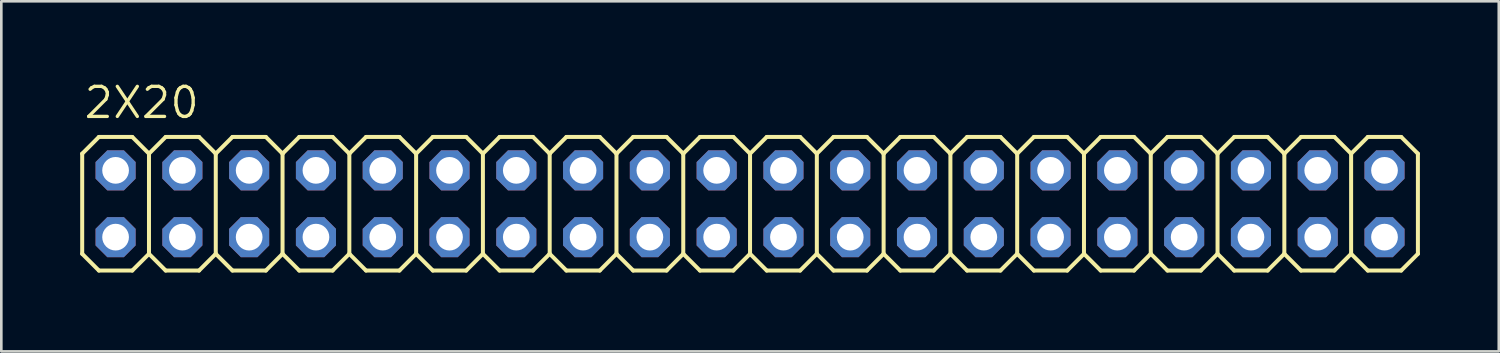
<source format=kicad_pcb>
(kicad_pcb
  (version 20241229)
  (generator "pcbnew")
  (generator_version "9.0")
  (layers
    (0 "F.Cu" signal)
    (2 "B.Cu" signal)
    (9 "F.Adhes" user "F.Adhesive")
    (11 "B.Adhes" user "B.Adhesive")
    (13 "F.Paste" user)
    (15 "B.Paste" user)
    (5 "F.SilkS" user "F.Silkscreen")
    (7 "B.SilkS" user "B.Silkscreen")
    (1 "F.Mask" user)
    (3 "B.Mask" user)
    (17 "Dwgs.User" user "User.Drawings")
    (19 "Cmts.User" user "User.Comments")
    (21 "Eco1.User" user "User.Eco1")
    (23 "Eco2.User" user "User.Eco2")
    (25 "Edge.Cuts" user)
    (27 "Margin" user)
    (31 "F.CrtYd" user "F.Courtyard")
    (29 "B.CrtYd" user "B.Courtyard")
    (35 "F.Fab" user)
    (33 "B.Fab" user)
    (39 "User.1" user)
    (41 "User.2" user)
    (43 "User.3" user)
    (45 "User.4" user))
  (footprint "2X20"
    (layer "F.Cu")
    (at 25.476 4.699)
    (property "Reference" "2X20" (at -25.4 -3.175 0) (layer "F.SilkS") (effects (font (size 1.143 1.143) (thickness 0.127)) (justify left bottom)))
    (fp_line (start -25.4 -1.905) (end -24.765 -2.54) (stroke (width 0.152) (type solid)) (layer "F.SilkS"))
    (fp_line (start -25.4 1.905) (end -25.4 -1.905) (stroke (width 0.152) (type solid)) (layer "F.SilkS"))
    (fp_line (start -25.4 1.905) (end -24.765 2.54) (stroke (width 0.152) (type solid)) (layer "F.SilkS"))
    (fp_line (start -24.765 -2.54) (end -23.495 -2.54) (stroke (width 0.152) (type solid)) (layer "F.SilkS"))
    (fp_line (start -24.765 2.54) (end -23.495 2.54) (stroke (width 0.152) (type solid)) (layer "F.SilkS"))
    (fp_line (start -23.495 -2.54) (end -22.86 -1.905) (stroke (width 0.152) (type solid)) (layer "F.SilkS"))
    (fp_line (start -23.495 2.54) (end -22.86 1.905) (stroke (width 0.152) (type solid)) (layer "F.SilkS"))
    (fp_line (start -22.86 -1.905) (end -22.86 1.905) (stroke (width 0.152) (type solid)) (layer "F.SilkS"))
    (fp_line (start -22.86 -1.905) (end -22.225 -2.54) (stroke (width 0.152) (type solid)) (layer "F.SilkS"))
    (fp_line (start -22.86 1.905) (end -22.225 2.54) (stroke (width 0.152) (type solid)) (layer "F.SilkS"))
    (fp_line (start -22.225 -2.54) (end -20.955 -2.54) (stroke (width 0.152) (type solid)) (layer "F.SilkS"))
    (fp_line (start -22.225 2.54) (end -20.955 2.54) (stroke (width 0.152) (type solid)) (layer "F.SilkS"))
    (fp_line (start -20.955 -2.54) (end -20.32 -1.905) (stroke (width 0.152) (type solid)) (layer "F.SilkS"))
    (fp_line (start -20.955 2.54) (end -20.32 1.905) (stroke (width 0.152) (type solid)) (layer "F.SilkS"))
    (fp_line (start -20.32 -1.905) (end -20.32 1.905) (stroke (width 0.152) (type solid)) (layer "F.SilkS"))
    (fp_line (start -20.32 -1.905) (end -19.685 -2.54) (stroke (width 0.152) (type solid)) (layer "F.SilkS"))
    (fp_line (start -20.32 1.905) (end -19.685 2.54) (stroke (width 0.152) (type solid)) (layer "F.SilkS"))
    (fp_line (start -19.685 -2.54) (end -18.415 -2.54) (stroke (width 0.152) (type solid)) (layer "F.SilkS"))
    (fp_line (start -19.685 2.54) (end -18.415 2.54) (stroke (width 0.152) (type solid)) (layer "F.SilkS"))
    (fp_line (start -18.415 -2.54) (end -17.78 -1.905) (stroke (width 0.152) (type solid)) (layer "F.SilkS"))
    (fp_line (start -18.415 2.54) (end -17.78 1.905) (stroke (width 0.152) (type solid)) (layer "F.SilkS"))
    (fp_line (start -17.78 -1.905) (end -17.78 1.905) (stroke (width 0.152) (type solid)) (layer "F.SilkS"))
    (fp_line (start -17.78 -1.905) (end -17.145 -2.54) (stroke (width 0.152) (type solid)) (layer "F.SilkS"))
    (fp_line (start -17.78 1.905) (end -17.145 2.54) (stroke (width 0.152) (type solid)) (layer "F.SilkS"))
    (fp_line (start -17.145 -2.54) (end -15.875 -2.54) (stroke (width 0.152) (type solid)) (layer "F.SilkS"))
    (fp_line (start -17.145 2.54) (end -15.875 2.54) (stroke (width 0.152) (type solid)) (layer "F.SilkS"))
    (fp_line (start -15.875 -2.54) (end -15.24 -1.905) (stroke (width 0.152) (type solid)) (layer "F.SilkS"))
    (fp_line (start -15.875 2.54) (end -15.24 1.905) (stroke (width 0.152) (type solid)) (layer "F.SilkS"))
    (fp_line (start -15.24 -1.905) (end -15.24 1.905) (stroke (width 0.152) (type solid)) (layer "F.SilkS"))
    (fp_line (start -15.24 -1.905) (end -14.605 -2.54) (stroke (width 0.152) (type solid)) (layer "F.SilkS"))
    (fp_line (start -15.24 1.905) (end -14.605 2.54) (stroke (width 0.152) (type solid)) (layer "F.SilkS"))
    (fp_line (start -14.605 -2.54) (end -13.335 -2.54) (stroke (width 0.152) (type solid)) (layer "F.SilkS"))
    (fp_line (start -14.605 2.54) (end -13.335 2.54) (stroke (width 0.152) (type solid)) (layer "F.SilkS"))
    (fp_line (start -13.335 -2.54) (end -12.7 -1.905) (stroke (width 0.152) (type solid)) (layer "F.SilkS"))
    (fp_line (start -13.335 2.54) (end -12.7 1.905) (stroke (width 0.152) (type solid)) (layer "F.SilkS"))
    (fp_line (start -12.7 -1.905) (end -12.7 1.905) (stroke (width 0.152) (type solid)) (layer "F.SilkS"))
    (fp_line (start -12.7 -1.905) (end -12.065 -2.54) (stroke (width 0.152) (type solid)) (layer "F.SilkS"))
    (fp_line (start -12.7 1.905) (end -12.065 2.54) (stroke (width 0.152) (type solid)) (layer "F.SilkS"))
    (fp_line (start -12.065 -2.54) (end -10.795 -2.54) (stroke (width 0.152) (type solid)) (layer "F.SilkS"))
    (fp_line (start -12.065 2.54) (end -10.795 2.54) (stroke (width 0.152) (type solid)) (layer "F.SilkS"))
    (fp_line (start -10.795 -2.54) (end -10.16 -1.905) (stroke (width 0.152) (type solid)) (layer "F.SilkS"))
    (fp_line (start -10.795 2.54) (end -10.16 1.905) (stroke (width 0.152) (type solid)) (layer "F.SilkS"))
    (fp_line (start -10.16 -1.905) (end -10.16 1.905) (stroke (width 0.152) (type solid)) (layer "F.SilkS"))
    (fp_line (start -10.16 -1.905) (end -9.525 -2.54) (stroke (width 0.152) (type solid)) (layer "F.SilkS"))
    (fp_line (start -10.16 1.905) (end -9.525 2.54) (stroke (width 0.152) (type solid)) (layer "F.SilkS"))
    (fp_line (start -9.525 -2.54) (end -8.255 -2.54) (stroke (width 0.152) (type solid)) (layer "F.SilkS"))
    (fp_line (start -8.255 -2.54) (end -7.62 -1.905) (stroke (width 0.152) (type solid)) (layer "F.SilkS"))
    (fp_line (start -8.255 2.54) (end -9.525 2.54) (stroke (width 0.152) (type solid)) (layer "F.SilkS"))
    (fp_line (start -7.62 -1.905) (end -7.62 1.905) (stroke (width 0.152) (type solid)) (layer "F.SilkS"))
    (fp_line (start -7.62 -1.905) (end -6.985 -2.54) (stroke (width 0.152) (type solid)) (layer "F.SilkS"))
    (fp_line (start -7.62 1.905) (end -8.255 2.54) (stroke (width 0.152) (type solid)) (layer "F.SilkS"))
    (fp_line (start -7.62 1.905) (end -6.985 2.54) (stroke (width 0.152) (type solid)) (layer "F.SilkS"))
    (fp_line (start -6.985 -2.54) (end -5.715 -2.54) (stroke (width 0.152) (type solid)) (layer "F.SilkS"))
    (fp_line (start -5.715 -2.54) (end -5.08 -1.905) (stroke (width 0.152) (type solid)) (layer "F.SilkS"))
    (fp_line (start -5.715 2.54) (end -6.985 2.54) (stroke (width 0.152) (type solid)) (layer "F.SilkS"))
    (fp_line (start -5.08 -1.905) (end -5.08 1.905) (stroke (width 0.152) (type solid)) (layer "F.SilkS"))
    (fp_line (start -5.08 -1.905) (end -4.445 -2.54) (stroke (width 0.152) (type solid)) (layer "F.SilkS"))
    (fp_line (start -5.08 1.905) (end -5.715 2.54) (stroke (width 0.152) (type solid)) (layer "F.SilkS"))
    (fp_line (start -5.08 1.905) (end -4.445 2.54) (stroke (width 0.152) (type solid)) (layer "F.SilkS"))
    (fp_line (start -4.445 -2.54) (end -3.175 -2.54) (stroke (width 0.152) (type solid)) (layer "F.SilkS"))
    (fp_line (start -3.175 -2.54) (end -2.54 -1.905) (stroke (width 0.152) (type solid)) (layer "F.SilkS"))
    (fp_line (start -3.175 2.54) (end -4.445 2.54) (stroke (width 0.152) (type solid)) (layer "F.SilkS"))
    (fp_line (start -2.54 -1.905) (end -2.54 1.905) (stroke (width 0.152) (type solid)) (layer "F.SilkS"))
    (fp_line (start -2.54 -1.905) (end -1.905 -2.54) (stroke (width 0.152) (type solid)) (layer "F.SilkS"))
    (fp_line (start -2.54 1.905) (end -3.175 2.54) (stroke (width 0.152) (type solid)) (layer "F.SilkS"))
    (fp_line (start -2.54 1.905) (end -1.905 2.54) (stroke (width 0.152) (type solid)) (layer "F.SilkS"))
    (fp_line (start -1.905 -2.54) (end -0.635 -2.54) (stroke (width 0.152) (type solid)) (layer "F.SilkS"))
    (fp_line (start -0.635 -2.54) (end 0 -1.905) (stroke (width 0.152) (type solid)) (layer "F.SilkS"))
    (fp_line (start -0.635 2.54) (end -1.905 2.54) (stroke (width 0.152) (type solid)) (layer "F.SilkS"))
    (fp_line (start 0 -1.905) (end 0 1.905) (stroke (width 0.152) (type solid)) (layer "F.SilkS"))
    (fp_line (start 0 -1.905) (end 0.635 -2.54) (stroke (width 0.152) (type solid)) (layer "F.SilkS"))
    (fp_line (start 0 1.905) (end -0.635 2.54) (stroke (width 0.152) (type solid)) (layer "F.SilkS"))
    (fp_line (start 0 1.905) (end 0.635 2.54) (stroke (width 0.152) (type solid)) (layer "F.SilkS"))
    (fp_line (start 0.635 -2.54) (end 1.905 -2.54) (stroke (width 0.152) (type solid)) (layer "F.SilkS"))
    (fp_line (start 1.905 -2.54) (end 2.54 -1.905) (stroke (width 0.152) (type solid)) (layer "F.SilkS"))
    (fp_line (start 1.905 2.54) (end 0.635 2.54) (stroke (width 0.152) (type solid)) (layer "F.SilkS"))
    (fp_line (start 2.54 -1.905) (end 2.54 1.905) (stroke (width 0.152) (type solid)) (layer "F.SilkS"))
    (fp_line (start 2.54 -1.905) (end 3.175 -2.54) (stroke (width 0.152) (type solid)) (layer "F.SilkS"))
    (fp_line (start 2.54 1.905) (end 1.905 2.54) (stroke (width 0.152) (type solid)) (layer "F.SilkS"))
    (fp_line (start 2.54 1.905) (end 3.175 2.54) (stroke (width 0.152) (type solid)) (layer "F.SilkS"))
    (fp_line (start 3.175 -2.54) (end 4.445 -2.54) (stroke (width 0.152) (type solid)) (layer "F.SilkS"))
    (fp_line (start 4.445 2.54) (end 3.175 2.54) (stroke (width 0.152) (type solid)) (layer "F.SilkS"))
    (fp_line (start 5.08 -1.905) (end 4.445 -2.54) (stroke (width 0.152) (type solid)) (layer "F.SilkS"))
    (fp_line (start 5.08 -1.905) (end 5.08 1.905) (stroke (width 0.152) (type solid)) (layer "F.SilkS"))
    (fp_line (start 5.08 -1.905) (end 5.715 -2.54) (stroke (width 0.152) (type solid)) (layer "F.SilkS"))
    (fp_line (start 5.08 1.905) (end 4.445 2.54) (stroke (width 0.152) (type solid)) (layer "F.SilkS"))
    (fp_line (start 5.08 1.905) (end 5.715 2.54) (stroke (width 0.152) (type solid)) (layer "F.SilkS"))
    (fp_line (start 6.985 -2.54) (end 5.715 -2.54) (stroke (width 0.152) (type solid)) (layer "F.SilkS"))
    (fp_line (start 6.985 -2.54) (end 7.62 -1.905) (stroke (width 0.152) (type solid)) (layer "F.SilkS"))
    (fp_line (start 6.985 2.54) (end 5.715 2.54) (stroke (width 0.152) (type solid)) (layer "F.SilkS"))
    (fp_line (start 7.62 -1.905) (end 7.62 1.905) (stroke (width 0.152) (type solid)) (layer "F.SilkS"))
    (fp_line (start 7.62 -1.905) (end 8.255 -2.54) (stroke (width 0.152) (type solid)) (layer "F.SilkS"))
    (fp_line (start 7.62 1.905) (end 6.985 2.54) (stroke (width 0.152) (type solid)) (layer "F.SilkS"))
    (fp_line (start 7.62 1.905) (end 8.255 2.54) (stroke (width 0.152) (type solid)) (layer "F.SilkS"))
    (fp_line (start 9.525 -2.54) (end 8.255 -2.54) (stroke (width 0.152) (type solid)) (layer "F.SilkS"))
    (fp_line (start 9.525 -2.54) (end 10.16 -1.905) (stroke (width 0.152) (type solid)) (layer "F.SilkS"))
    (fp_line (start 9.525 2.54) (end 8.255 2.54) (stroke (width 0.152) (type solid)) (layer "F.SilkS"))
    (fp_line (start 10.16 -1.905) (end 10.16 1.905) (stroke (width 0.152) (type solid)) (layer "F.SilkS"))
    (fp_line (start 10.16 -1.905) (end 10.795 -2.54) (stroke (width 0.152) (type solid)) (layer "F.SilkS"))
    (fp_line (start 10.16 1.905) (end 9.525 2.54) (stroke (width 0.152) (type solid)) (layer "F.SilkS"))
    (fp_line (start 10.795 2.54) (end 10.16 1.905) (stroke (width 0.152) (type solid)) (layer "F.SilkS"))
    (fp_line (start 10.795 2.54) (end 12.065 2.54) (stroke (width 0.152) (type solid)) (layer "F.SilkS"))
    (fp_line (start 12.065 -2.54) (end 10.795 -2.54) (stroke (width 0.152) (type solid)) (layer "F.SilkS"))
    (fp_line (start 12.065 -2.54) (end 12.7 -1.905) (stroke (width 0.152) (type solid)) (layer "F.SilkS"))
    (fp_line (start 12.7 -1.905) (end 12.7 1.905) (stroke (width 0.152) (type solid)) (layer "F.SilkS"))
    (fp_line (start 12.7 -1.905) (end 13.335 -2.54) (stroke (width 0.152) (type solid)) (layer "F.SilkS"))
    (fp_line (start 12.7 1.905) (end 12.065 2.54) (stroke (width 0.152) (type solid)) (layer "F.SilkS"))
    (fp_line (start 13.335 2.54) (end 12.7 1.905) (stroke (width 0.152) (type solid)) (layer "F.SilkS"))
    (fp_line (start 13.335 2.54) (end 14.605 2.54) (stroke (width 0.152) (type solid)) (layer "F.SilkS"))
    (fp_line (start 14.605 -2.54) (end 13.335 -2.54) (stroke (width 0.152) (type solid)) (layer "F.SilkS"))
    (fp_line (start 14.605 -2.54) (end 15.24 -1.905) (stroke (width 0.152) (type solid)) (layer "F.SilkS"))
    (fp_line (start 15.24 -1.905) (end 15.24 1.905) (stroke (width 0.152) (type solid)) (layer "F.SilkS"))
    (fp_line (start 15.24 -1.905) (end 15.875 -2.54) (stroke (width 0.152) (type solid)) (layer "F.SilkS"))
    (fp_line (start 15.24 1.905) (end 14.605 2.54) (stroke (width 0.152) (type solid)) (layer "F.SilkS"))
    (fp_line (start 15.24 1.905) (end 15.875 2.54) (stroke (width 0.152) (type solid)) (layer "F.SilkS"))
    (fp_line (start 17.145 -2.54) (end 15.875 -2.54) (stroke (width 0.152) (type solid)) (layer "F.SilkS"))
    (fp_line (start 17.145 -2.54) (end 17.78 -1.905) (stroke (width 0.152) (type solid)) (layer "F.SilkS"))
    (fp_line (start 17.145 2.54) (end 15.875 2.54) (stroke (width 0.152) (type solid)) (layer "F.SilkS"))
    (fp_line (start 17.78 -1.905) (end 17.78 1.905) (stroke (width 0.152) (type solid)) (layer "F.SilkS"))
    (fp_line (start 17.78 -1.905) (end 18.415 -2.54) (stroke (width 0.152) (type solid)) (layer "F.SilkS"))
    (fp_line (start 17.78 1.905) (end 17.145 2.54) (stroke (width 0.152) (type solid)) (layer "F.SilkS"))
    (fp_line (start 17.78 1.905) (end 18.415 2.54) (stroke (width 0.152) (type solid)) (layer "F.SilkS"))
    (fp_line (start 19.685 -2.54) (end 18.415 -2.54) (stroke (width 0.152) (type solid)) (layer "F.SilkS"))
    (fp_line (start 19.685 -2.54) (end 20.32 -1.905) (stroke (width 0.152) (type solid)) (layer "F.SilkS"))
    (fp_line (start 19.685 2.54) (end 18.415 2.54) (stroke (width 0.152) (type solid)) (layer "F.SilkS"))
    (fp_line (start 20.32 -1.905) (end 20.32 1.905) (stroke (width 0.152) (type solid)) (layer "F.SilkS"))
    (fp_line (start 20.32 -1.905) (end 20.955 -2.54) (stroke (width 0.152) (type solid)) (layer "F.SilkS"))
    (fp_line (start 20.32 1.905) (end 19.685 2.54) (stroke (width 0.152) (type solid)) (layer "F.SilkS"))
    (fp_line (start 20.32 1.905) (end 20.955 2.54) (stroke (width 0.152) (type solid)) (layer "F.SilkS"))
    (fp_line (start 22.225 -2.54) (end 20.955 -2.54) (stroke (width 0.152) (type solid)) (layer "F.SilkS"))
    (fp_line (start 22.225 -2.54) (end 22.86 -1.905) (stroke (width 0.152) (type solid)) (layer "F.SilkS"))
    (fp_line (start 22.225 2.54) (end 20.955 2.54) (stroke (width 0.152) (type solid)) (layer "F.SilkS"))
    (fp_line (start 22.86 -1.905) (end 22.86 1.905) (stroke (width 0.152) (type solid)) (layer "F.SilkS"))
    (fp_line (start 22.86 -1.905) (end 23.495 -2.54) (stroke (width 0.152) (type solid)) (layer "F.SilkS"))
    (fp_line (start 22.86 1.905) (end 22.225 2.54) (stroke (width 0.152) (type solid)) (layer "F.SilkS"))
    (fp_line (start 22.86 1.905) (end 23.495 2.54) (stroke (width 0.152) (type solid)) (layer "F.SilkS"))
    (fp_line (start 24.765 -2.54) (end 23.495 -2.54) (stroke (width 0.152) (type solid)) (layer "F.SilkS"))
    (fp_line (start 24.765 -2.54) (end 25.4 -1.905) (stroke (width 0.152) (type solid)) (layer "F.SilkS"))
    (fp_line (start 24.765 2.54) (end 23.495 2.54) (stroke (width 0.152) (type solid)) (layer "F.SilkS"))
    (fp_line (start 25.4 -1.905) (end 25.4 1.905) (stroke (width 0.152) (type solid)) (layer "F.SilkS"))
    (fp_line (start 25.4 1.905) (end 24.765 2.54) (stroke (width 0.152) (type solid)) (layer "F.SilkS"))
    (fp_poly (pts (xy -24.384 -1.016) (xy -23.876 -1.016) (xy -23.876 -1.524) (xy -24.384 -1.524)) (stroke (width 0.1) (type solid)) (fill no) (layer "F.Fab"))
    (fp_poly (pts (xy -24.384 1.524) (xy -23.876 1.524) (xy -23.876 1.016) (xy -24.384 1.016)) (stroke (width 0.1) (type solid)) (fill no) (layer "F.Fab"))
    (fp_poly (pts (xy -21.844 -1.016) (xy -21.336 -1.016) (xy -21.336 -1.524) (xy -21.844 -1.524)) (stroke (width 0.1) (type solid)) (fill no) (layer "F.Fab"))
    (fp_poly (pts (xy -21.844 1.524) (xy -21.336 1.524) (xy -21.336 1.016) (xy -21.844 1.016)) (stroke (width 0.1) (type solid)) (fill no) (layer "F.Fab"))
    (fp_poly (pts (xy -19.304 -1.016) (xy -18.796 -1.016) (xy -18.796 -1.524) (xy -19.304 -1.524)) (stroke (width 0.1) (type solid)) (fill no) (layer "F.Fab"))
    (fp_poly (pts (xy -19.304 1.524) (xy -18.796 1.524) (xy -18.796 1.016) (xy -19.304 1.016)) (stroke (width 0.1) (type solid)) (fill no) (layer "F.Fab"))
    (fp_poly (pts (xy -16.764 -1.016) (xy -16.256 -1.016) (xy -16.256 -1.524) (xy -16.764 -1.524)) (stroke (width 0.1) (type solid)) (fill no) (layer "F.Fab"))
    (fp_poly (pts (xy -16.764 1.524) (xy -16.256 1.524) (xy -16.256 1.016) (xy -16.764 1.016)) (stroke (width 0.1) (type solid)) (fill no) (layer "F.Fab"))
    (fp_poly (pts (xy -14.224 -1.016) (xy -13.716 -1.016) (xy -13.716 -1.524) (xy -14.224 -1.524)) (stroke (width 0.1) (type solid)) (fill no) (layer "F.Fab"))
    (fp_poly (pts (xy -14.224 1.524) (xy -13.716 1.524) (xy -13.716 1.016) (xy -14.224 1.016)) (stroke (width 0.1) (type solid)) (fill no) (layer "F.Fab"))
    (fp_poly (pts (xy -11.684 -1.016) (xy -11.176 -1.016) (xy -11.176 -1.524) (xy -11.684 -1.524)) (stroke (width 0.1) (type solid)) (fill no) (layer "F.Fab"))
    (fp_poly (pts (xy -11.684 1.524) (xy -11.176 1.524) (xy -11.176 1.016) (xy -11.684 1.016)) (stroke (width 0.1) (type solid)) (fill no) (layer "F.Fab"))
    (fp_poly (pts (xy -9.144 -1.016) (xy -8.636 -1.016) (xy -8.636 -1.524) (xy -9.144 -1.524)) (stroke (width 0.1) (type solid)) (fill no) (layer "F.Fab"))
    (fp_poly (pts (xy -9.144 1.524) (xy -8.636 1.524) (xy -8.636 1.016) (xy -9.144 1.016)) (stroke (width 0.1) (type solid)) (fill no) (layer "F.Fab"))
    (fp_poly (pts (xy -6.604 -1.016) (xy -6.096 -1.016) (xy -6.096 -1.524) (xy -6.604 -1.524)) (stroke (width 0.1) (type solid)) (fill no) (layer "F.Fab"))
    (fp_poly (pts (xy -6.604 1.524) (xy -6.096 1.524) (xy -6.096 1.016) (xy -6.604 1.016)) (stroke (width 0.1) (type solid)) (fill no) (layer "F.Fab"))
    (fp_poly (pts (xy -4.064 -1.016) (xy -3.556 -1.016) (xy -3.556 -1.524) (xy -4.064 -1.524)) (stroke (width 0.1) (type solid)) (fill no) (layer "F.Fab"))
    (fp_poly (pts (xy -4.064 1.524) (xy -3.556 1.524) (xy -3.556 1.016) (xy -4.064 1.016)) (stroke (width 0.1) (type solid)) (fill no) (layer "F.Fab"))
    (fp_poly (pts (xy -1.524 -1.016) (xy -1.016 -1.016) (xy -1.016 -1.524) (xy -1.524 -1.524)) (stroke (width 0.1) (type solid)) (fill no) (layer "F.Fab"))
    (fp_poly (pts (xy -1.524 1.524) (xy -1.016 1.524) (xy -1.016 1.016) (xy -1.524 1.016)) (stroke (width 0.1) (type solid)) (fill no) (layer "F.Fab"))
    (fp_poly (pts (xy 1.016 -1.016) (xy 1.524 -1.016) (xy 1.524 -1.524) (xy 1.016 -1.524)) (stroke (width 0.1) (type solid)) (fill no) (layer "F.Fab"))
    (fp_poly (pts (xy 1.016 1.524) (xy 1.524 1.524) (xy 1.524 1.016) (xy 1.016 1.016)) (stroke (width 0.1) (type solid)) (fill no) (layer "F.Fab"))
    (fp_poly (pts (xy 3.556 -1.016) (xy 4.064 -1.016) (xy 4.064 -1.524) (xy 3.556 -1.524)) (stroke (width 0.1) (type solid)) (fill no) (layer "F.Fab"))
    (fp_poly (pts (xy 3.556 1.524) (xy 4.064 1.524) (xy 4.064 1.016) (xy 3.556 1.016)) (stroke (width 0.1) (type solid)) (fill no) (layer "F.Fab"))
    (fp_poly (pts (xy 6.096 -1.016) (xy 6.604 -1.016) (xy 6.604 -1.524) (xy 6.096 -1.524)) (stroke (width 0.1) (type solid)) (fill no) (layer "F.Fab"))
    (fp_poly (pts (xy 6.096 1.524) (xy 6.604 1.524) (xy 6.604 1.016) (xy 6.096 1.016)) (stroke (width 0.1) (type solid)) (fill no) (layer "F.Fab"))
    (fp_poly (pts (xy 8.636 -1.016) (xy 9.144 -1.016) (xy 9.144 -1.524) (xy 8.636 -1.524)) (stroke (width 0.1) (type solid)) (fill no) (layer "F.Fab"))
    (fp_poly (pts (xy 8.636 1.524) (xy 9.144 1.524) (xy 9.144 1.016) (xy 8.636 1.016)) (stroke (width 0.1) (type solid)) (fill no) (layer "F.Fab"))
    (fp_poly (pts (xy 11.176 -1.016) (xy 11.684 -1.016) (xy 11.684 -1.524) (xy 11.176 -1.524)) (stroke (width 0.1) (type solid)) (fill no) (layer "F.Fab"))
    (fp_poly (pts (xy 11.176 1.524) (xy 11.684 1.524) (xy 11.684 1.016) (xy 11.176 1.016)) (stroke (width 0.1) (type solid)) (fill no) (layer "F.Fab"))
    (fp_poly (pts (xy 13.716 -1.016) (xy 14.224 -1.016) (xy 14.224 -1.524) (xy 13.716 -1.524)) (stroke (width 0.1) (type solid)) (fill no) (layer "F.Fab"))
    (fp_poly (pts (xy 13.716 1.524) (xy 14.224 1.524) (xy 14.224 1.016) (xy 13.716 1.016)) (stroke (width 0.1) (type solid)) (fill no) (layer "F.Fab"))
    (fp_poly (pts (xy 16.256 -1.016) (xy 16.764 -1.016) (xy 16.764 -1.524) (xy 16.256 -1.524)) (stroke (width 0.1) (type solid)) (fill no) (layer "F.Fab"))
    (fp_poly (pts (xy 16.256 1.524) (xy 16.764 1.524) (xy 16.764 1.016) (xy 16.256 1.016)) (stroke (width 0.1) (type solid)) (fill no) (layer "F.Fab"))
    (fp_poly (pts (xy 18.796 -1.016) (xy 19.304 -1.016) (xy 19.304 -1.524) (xy 18.796 -1.524)) (stroke (width 0.1) (type solid)) (fill no) (layer "F.Fab"))
    (fp_poly (pts (xy 18.796 1.524) (xy 19.304 1.524) (xy 19.304 1.016) (xy 18.796 1.016)) (stroke (width 0.1) (type solid)) (fill no) (layer "F.Fab"))
    (fp_poly (pts (xy 21.336 -1.016) (xy 21.844 -1.016) (xy 21.844 -1.524) (xy 21.336 -1.524)) (stroke (width 0.1) (type solid)) (fill no) (layer "F.Fab"))
    (fp_poly (pts (xy 21.336 1.524) (xy 21.844 1.524) (xy 21.844 1.016) (xy 21.336 1.016)) (stroke (width 0.1) (type solid)) (fill no) (layer "F.Fab"))
    (fp_poly (pts (xy 23.876 -1.016) (xy 24.384 -1.016) (xy 24.384 -1.524) (xy 23.876 -1.524)) (stroke (width 0.1) (type solid)) (fill no) (layer "F.Fab"))
    (fp_poly (pts (xy 23.876 1.524) (xy 24.384 1.524) (xy 24.384 1.016) (xy 23.876 1.016)) (stroke (width 0.1) (type solid)) (fill no) (layer "F.Fab"))
    (pad "1" thru_hole roundrect (at -24.13 1.27) (size 1.524 1.524) (drill 1.016) (layers "*.Cu" "*.Mask") (roundrect_rratio 0.25) (chamfer_ratio 0.293) (chamfer top_left top_right bottom_left bottom_right))
    (pad "2" thru_hole roundrect (at -24.13 -1.27) (size 1.524 1.524) (drill 1.016) (layers "*.Cu" "*.Mask") (roundrect_rratio 0.25) (chamfer_ratio 0.293) (chamfer top_left top_right bottom_left bottom_right))
    (pad "3" thru_hole roundrect (at -21.59 1.27) (size 1.524 1.524) (drill 1.016) (layers "*.Cu" "*.Mask") (roundrect_rratio 0.25) (chamfer_ratio 0.293) (chamfer top_left top_right bottom_left bottom_right))
    (pad "4" thru_hole roundrect (at -21.59 -1.27) (size 1.524 1.524) (drill 1.016) (layers "*.Cu" "*.Mask") (roundrect_rratio 0.25) (chamfer_ratio 0.293) (chamfer top_left top_right bottom_left bottom_right))
    (pad "5" thru_hole roundrect (at -19.05 1.27) (size 1.524 1.524) (drill 1.016) (layers "*.Cu" "*.Mask") (roundrect_rratio 0.25) (chamfer_ratio 0.293) (chamfer top_left top_right bottom_left bottom_right))
    (pad "6" thru_hole roundrect (at -19.05 -1.27) (size 1.524 1.524) (drill 1.016) (layers "*.Cu" "*.Mask") (roundrect_rratio 0.25) (chamfer_ratio 0.293) (chamfer top_left top_right bottom_left bottom_right))
    (pad "7" thru_hole roundrect (at -16.51 1.27) (size 1.524 1.524) (drill 1.016) (layers "*.Cu" "*.Mask") (roundrect_rratio 0.25) (chamfer_ratio 0.293) (chamfer top_left top_right bottom_left bottom_right))
    (pad "8" thru_hole roundrect (at -16.51 -1.27) (size 1.524 1.524) (drill 1.016) (layers "*.Cu" "*.Mask") (roundrect_rratio 0.25) (chamfer_ratio 0.293) (chamfer top_left top_right bottom_left bottom_right))
    (pad "9" thru_hole roundrect (at -13.97 1.27) (size 1.524 1.524) (drill 1.016) (layers "*.Cu" "*.Mask") (roundrect_rratio 0.25) (chamfer_ratio 0.293) (chamfer top_left top_right bottom_left bottom_right))
    (pad "10" thru_hole roundrect (at -13.97 -1.27) (size 1.524 1.524) (drill 1.016) (layers "*.Cu" "*.Mask") (roundrect_rratio 0.25) (chamfer_ratio 0.293) (chamfer top_left top_right bottom_left bottom_right))
    (pad "11" thru_hole roundrect (at -11.43 1.27) (size 1.524 1.524) (drill 1.016) (layers "*.Cu" "*.Mask") (roundrect_rratio 0.25) (chamfer_ratio 0.293) (chamfer top_left top_right bottom_left bottom_right))
    (pad "12" thru_hole roundrect (at -11.43 -1.27) (size 1.524 1.524) (drill 1.016) (layers "*.Cu" "*.Mask") (roundrect_rratio 0.25) (chamfer_ratio 0.293) (chamfer top_left top_right bottom_left bottom_right))
    (pad "13" thru_hole roundrect (at -8.89 1.27) (size 1.524 1.524) (drill 1.016) (layers "*.Cu" "*.Mask") (roundrect_rratio 0.25) (chamfer_ratio 0.293) (chamfer top_left top_right bottom_left bottom_right))
    (pad "14" thru_hole roundrect (at -8.89 -1.27) (size 1.524 1.524) (drill 1.016) (layers "*.Cu" "*.Mask") (roundrect_rratio 0.25) (chamfer_ratio 0.293) (chamfer top_left top_right bottom_left bottom_right))
    (pad "15" thru_hole roundrect (at -6.35 1.27) (size 1.524 1.524) (drill 1.016) (layers "*.Cu" "*.Mask") (roundrect_rratio 0.25) (chamfer_ratio 0.293) (chamfer top_left top_right bottom_left bottom_right))
    (pad "16" thru_hole roundrect (at -6.35 -1.27) (size 1.524 1.524) (drill 1.016) (layers "*.Cu" "*.Mask") (roundrect_rratio 0.25) (chamfer_ratio 0.293) (chamfer top_left top_right bottom_left bottom_right))
    (pad "17" thru_hole roundrect (at -3.81 1.27) (size 1.524 1.524) (drill 1.016) (layers "*.Cu" "*.Mask") (roundrect_rratio 0.25) (chamfer_ratio 0.293) (chamfer top_left top_right bottom_left bottom_right))
    (pad "18" thru_hole roundrect (at -3.81 -1.27) (size 1.524 1.524) (drill 1.016) (layers "*.Cu" "*.Mask") (roundrect_rratio 0.25) (chamfer_ratio 0.293) (chamfer top_left top_right bottom_left bottom_right))
    (pad "19" thru_hole roundrect (at -1.27 1.27) (size 1.524 1.524) (drill 1.016) (layers "*.Cu" "*.Mask") (roundrect_rratio 0.25) (chamfer_ratio 0.293) (chamfer top_left top_right bottom_left bottom_right))
    (pad "20" thru_hole roundrect (at -1.27 -1.27) (size 1.524 1.524) (drill 1.016) (layers "*.Cu" "*.Mask") (roundrect_rratio 0.25) (chamfer_ratio 0.293) (chamfer top_left top_right bottom_left bottom_right))
    (pad "21" thru_hole roundrect (at 1.27 1.27) (size 1.524 1.524) (drill 1.016) (layers "*.Cu" "*.Mask") (roundrect_rratio 0.25) (chamfer_ratio 0.293) (chamfer top_left top_right bottom_left bottom_right))
    (pad "22" thru_hole roundrect (at 1.27 -1.27) (size 1.524 1.524) (drill 1.016) (layers "*.Cu" "*.Mask") (roundrect_rratio 0.25) (chamfer_ratio 0.293) (chamfer top_left top_right bottom_left bottom_right))
    (pad "23" thru_hole roundrect (at 3.81 1.27) (size 1.524 1.524) (drill 1.016) (layers "*.Cu" "*.Mask") (roundrect_rratio 0.25) (chamfer_ratio 0.293) (chamfer top_left top_right bottom_left bottom_right))
    (pad "24" thru_hole roundrect (at 3.81 -1.27) (size 1.524 1.524) (drill 1.016) (layers "*.Cu" "*.Mask") (roundrect_rratio 0.25) (chamfer_ratio 0.293) (chamfer top_left top_right bottom_left bottom_right))
    (pad "25" thru_hole roundrect (at 6.35 1.27) (size 1.524 1.524) (drill 1.016) (layers "*.Cu" "*.Mask") (roundrect_rratio 0.25) (chamfer_ratio 0.293) (chamfer top_left top_right bottom_left bottom_right))
    (pad "26" thru_hole roundrect (at 6.35 -1.27) (size 1.524 1.524) (drill 1.016) (layers "*.Cu" "*.Mask") (roundrect_rratio 0.25) (chamfer_ratio 0.293) (chamfer top_left top_right bottom_left bottom_right))
    (pad "27" thru_hole roundrect (at 8.89 1.27) (size 1.524 1.524) (drill 1.016) (layers "*.Cu" "*.Mask") (roundrect_rratio 0.25) (chamfer_ratio 0.293) (chamfer top_left top_right bottom_left bottom_right))
    (pad "28" thru_hole roundrect (at 8.89 -1.27) (size 1.524 1.524) (drill 1.016) (layers "*.Cu" "*.Mask") (roundrect_rratio 0.25) (chamfer_ratio 0.293) (chamfer top_left top_right bottom_left bottom_right))
    (pad "29" thru_hole roundrect (at 11.43 1.27) (size 1.524 1.524) (drill 1.016) (layers "*.Cu" "*.Mask") (roundrect_rratio 0.25) (chamfer_ratio 0.293) (chamfer top_left top_right bottom_left bottom_right))
    (pad "30" thru_hole roundrect (at 11.43 -1.27) (size 1.524 1.524) (drill 1.016) (layers "*.Cu" "*.Mask") (roundrect_rratio 0.25) (chamfer_ratio 0.293) (chamfer top_left top_right bottom_left bottom_right))
    (pad "31" thru_hole roundrect (at 13.97 1.27) (size 1.524 1.524) (drill 1.016) (layers "*.Cu" "*.Mask") (roundrect_rratio 0.25) (chamfer_ratio 0.293) (chamfer top_left top_right bottom_left bottom_right))
    (pad "32" thru_hole roundrect (at 13.97 -1.27) (size 1.524 1.524) (drill 1.016) (layers "*.Cu" "*.Mask") (roundrect_rratio 0.25) (chamfer_ratio 0.293) (chamfer top_left top_right bottom_left bottom_right))
    (pad "33" thru_hole roundrect (at 16.51 1.27) (size 1.524 1.524) (drill 1.016) (layers "*.Cu" "*.Mask") (roundrect_rratio 0.25) (chamfer_ratio 0.293) (chamfer top_left top_right bottom_left bottom_right))
    (pad "34" thru_hole roundrect (at 16.51 -1.27) (size 1.524 1.524) (drill 1.016) (layers "*.Cu" "*.Mask") (roundrect_rratio 0.25) (chamfer_ratio 0.293) (chamfer top_left top_right bottom_left bottom_right))
    (pad "35" thru_hole roundrect (at 19.05 1.27) (size 1.524 1.524) (drill 1.016) (layers "*.Cu" "*.Mask") (roundrect_rratio 0.25) (chamfer_ratio 0.293) (chamfer top_left top_right bottom_left bottom_right))
    (pad "36" thru_hole roundrect (at 19.05 -1.27) (size 1.524 1.524) (drill 1.016) (layers "*.Cu" "*.Mask") (roundrect_rratio 0.25) (chamfer_ratio 0.293) (chamfer top_left top_right bottom_left bottom_right))
    (pad "37" thru_hole roundrect (at 21.59 1.27) (size 1.524 1.524) (drill 1.016) (layers "*.Cu" "*.Mask") (roundrect_rratio 0.25) (chamfer_ratio 0.293) (chamfer top_left top_right bottom_left bottom_right))
    (pad "38" thru_hole roundrect (at 21.59 -1.27) (size 1.524 1.524) (drill 1.016) (layers "*.Cu" "*.Mask") (roundrect_rratio 0.25) (chamfer_ratio 0.293) (chamfer top_left top_right bottom_left bottom_right))
    (pad "39" thru_hole roundrect (at 24.13 1.27) (size 1.524 1.524) (drill 1.016) (layers "*.Cu" "*.Mask") (roundrect_rratio 0.25) (chamfer_ratio 0.293) (chamfer top_left top_right bottom_left bottom_right))
    (pad "40" thru_hole roundrect (at 24.13 -1.27) (size 1.524 1.524) (drill 1.016) (layers "*.Cu" "*.Mask") (roundrect_rratio 0.25) (chamfer_ratio 0.293) (chamfer top_left top_right bottom_left bottom_right)))
  (gr_rect
    (start -3 -3)
    (end 53.952 10.315)
    (stroke (width 0.1) (type default))
    (fill no)
    (layer "Edge.Cuts")))
</source>
